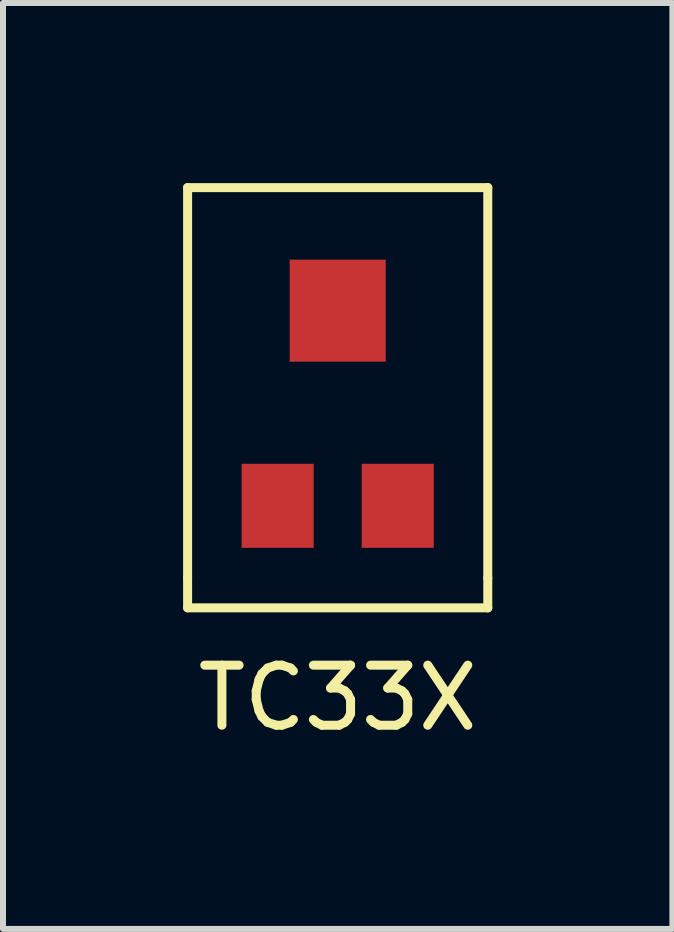
<source format=kicad_pcb>
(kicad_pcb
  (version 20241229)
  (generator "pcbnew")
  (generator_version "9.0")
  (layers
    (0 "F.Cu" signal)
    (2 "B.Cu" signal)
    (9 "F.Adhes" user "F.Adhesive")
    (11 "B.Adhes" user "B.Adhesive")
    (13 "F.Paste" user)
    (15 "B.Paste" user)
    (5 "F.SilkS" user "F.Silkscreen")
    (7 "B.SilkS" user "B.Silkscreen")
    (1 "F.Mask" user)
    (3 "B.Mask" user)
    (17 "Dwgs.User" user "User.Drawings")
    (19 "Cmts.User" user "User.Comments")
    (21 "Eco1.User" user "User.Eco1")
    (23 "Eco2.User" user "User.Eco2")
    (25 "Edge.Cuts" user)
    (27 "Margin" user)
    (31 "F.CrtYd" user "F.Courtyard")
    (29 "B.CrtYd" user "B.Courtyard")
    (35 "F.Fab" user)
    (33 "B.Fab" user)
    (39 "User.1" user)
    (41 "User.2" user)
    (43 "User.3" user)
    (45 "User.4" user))
  (footprint "TC33X"
    (layer "F.Cu")
    (at 2.575 3.575)
    (property "Reference" "TC33X" (at 0 5 0) (layer "F.SilkS") (effects (font (size 1 1) (thickness 0.15))))
    (attr through_hole)
    (fp_line (start -2.5 -3.5) (end 2.5 -3.5) (stroke (width 0.15) (type solid)) (layer "F.SilkS"))
    (fp_line (start -2.5 3) (end -2.5 -3.5) (stroke (width 0.15) (type solid)) (layer "F.SilkS"))
    (fp_line (start -2.5 3.5) (end -2.5 3) (stroke (width 0.15) (type solid)) (layer "F.SilkS"))
    (fp_line (start 2.5 -3.5) (end 2.5 3) (stroke (width 0.15) (type solid)) (layer "F.SilkS"))
    (fp_line (start 2.5 3) (end 2.5 3.5) (stroke (width 0.15) (type solid)) (layer "F.SilkS"))
    (fp_line (start 2.5 3.5) (end -2.5 3.5) (stroke (width 0.15) (type solid)) (layer "F.SilkS"))
    (pad "1" smd rect (at -1 1.8) (size 1.2 1.4) (layers "F.Cu" "F.Mask" "F.Paste"))
    (pad "2" smd rect (at 0 -1.45) (size 1.6 1.7) (layers "F.Cu" "F.Mask" "F.Paste"))
    (pad "3" smd rect (at 1 1.8) (size 1.2 1.4) (layers "F.Cu" "F.Mask" "F.Paste")))
  (gr_rect
    (start -3 -3)
    (end 8.15 12.423)
    (stroke (width 0.1) (type default))
    (fill no)
    (layer "Edge.Cuts")))
</source>
